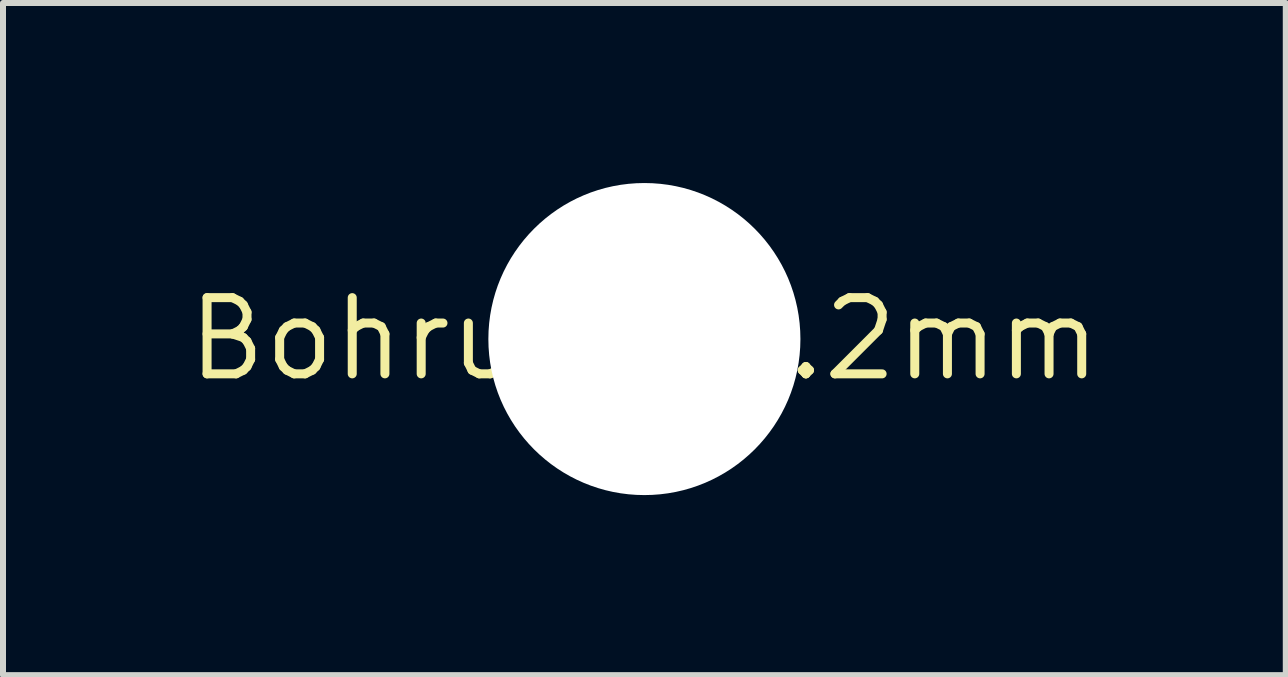
<source format=kicad_pcb>
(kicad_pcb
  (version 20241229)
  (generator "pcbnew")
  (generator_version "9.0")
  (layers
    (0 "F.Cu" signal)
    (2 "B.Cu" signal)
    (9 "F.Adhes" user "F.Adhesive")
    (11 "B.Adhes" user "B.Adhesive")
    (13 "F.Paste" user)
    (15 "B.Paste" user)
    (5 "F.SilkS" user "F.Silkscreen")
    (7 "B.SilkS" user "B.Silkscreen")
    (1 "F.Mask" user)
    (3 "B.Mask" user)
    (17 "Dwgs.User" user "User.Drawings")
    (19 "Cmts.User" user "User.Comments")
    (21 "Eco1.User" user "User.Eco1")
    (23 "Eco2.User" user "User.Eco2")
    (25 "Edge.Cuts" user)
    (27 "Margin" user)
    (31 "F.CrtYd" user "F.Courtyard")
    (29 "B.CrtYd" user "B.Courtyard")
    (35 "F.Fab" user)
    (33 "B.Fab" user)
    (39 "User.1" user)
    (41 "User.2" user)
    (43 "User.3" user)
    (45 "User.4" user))
  (footprint "Bohrung_5.2mm"
    (layer "F.Cu")
    (at 7.688 2.6)
    (property "Reference" "Bohrung_5.2mm" (at 0 0 0) (layer "F.SilkS") (effects (font (size 1.27 1.27) (thickness 0.15))))
    (attr through_hole)
    (pad "" np_thru_hole circle (at 0 0) (size 5.2 5.2) (drill 5.2) (layers "*.Cu" "*.Mask")))
  (gr_rect
    (start -3 -3)
    (end 18.376 8.2)
    (stroke (width 0.1) (type default))
    (fill no)
    (layer "Edge.Cuts")))
</source>
